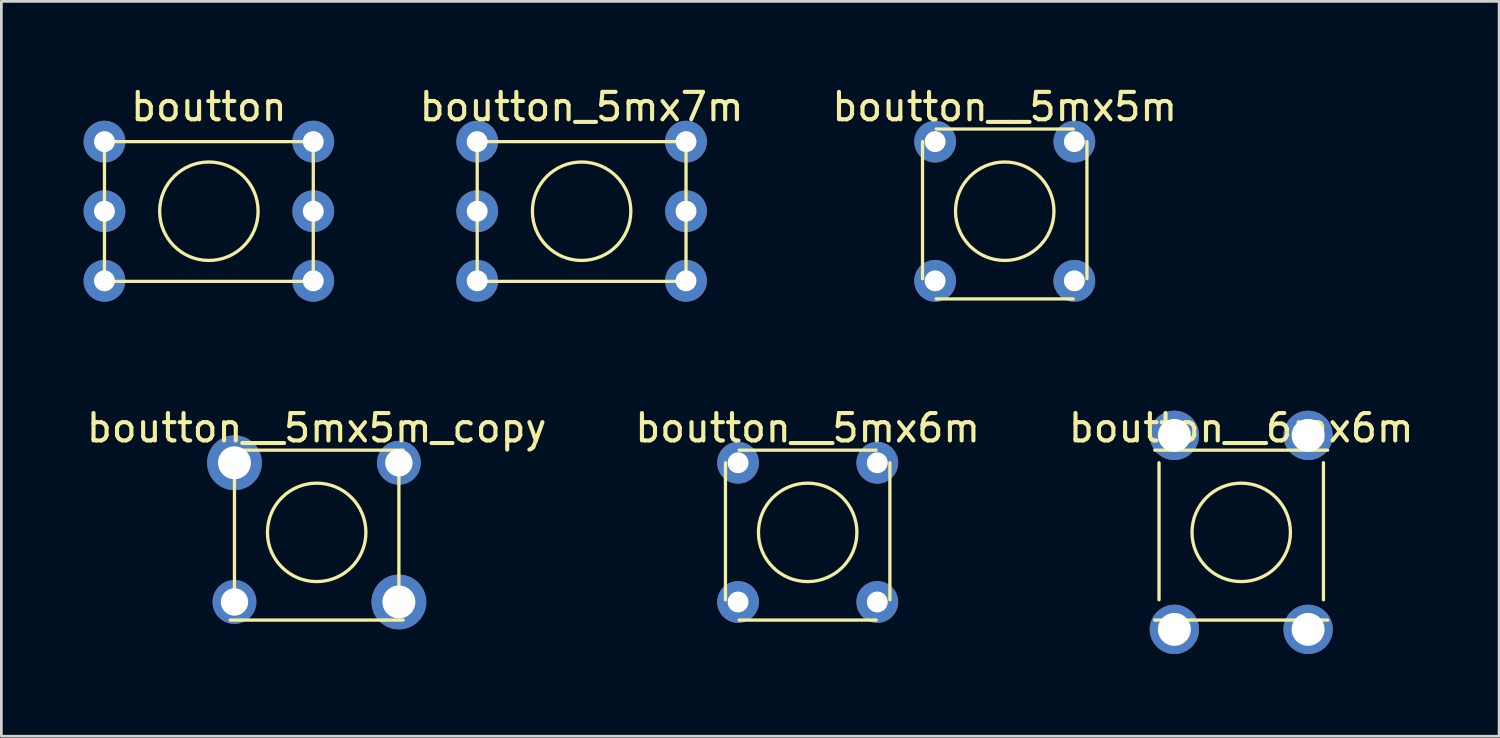
<source format=kicad_pcb>
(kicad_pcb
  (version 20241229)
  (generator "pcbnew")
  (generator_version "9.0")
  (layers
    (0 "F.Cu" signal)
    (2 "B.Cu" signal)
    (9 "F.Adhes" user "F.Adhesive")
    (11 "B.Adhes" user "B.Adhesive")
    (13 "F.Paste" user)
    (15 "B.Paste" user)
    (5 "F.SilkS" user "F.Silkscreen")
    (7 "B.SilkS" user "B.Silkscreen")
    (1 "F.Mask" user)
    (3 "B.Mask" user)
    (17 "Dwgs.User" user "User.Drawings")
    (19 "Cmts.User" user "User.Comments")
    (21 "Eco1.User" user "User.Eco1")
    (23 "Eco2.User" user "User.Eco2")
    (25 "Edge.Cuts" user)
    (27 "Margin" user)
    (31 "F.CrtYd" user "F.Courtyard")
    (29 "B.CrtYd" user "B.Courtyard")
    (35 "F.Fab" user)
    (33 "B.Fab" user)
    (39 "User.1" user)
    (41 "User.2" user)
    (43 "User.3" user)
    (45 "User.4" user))
  (footprint "boutton__6mx6m"
    (layer "F.Cu")
    (at 42.244 16.377)
    (property "Reference" "boutton__6mx6m" (at 0 -3.81 0) (layer "F.SilkS") (effects (font (size 1 1) (thickness 0.15))))
    (attr through_hole)
    (fp_line (start -3.155 -3) (end 3.155 -3) (stroke (width 0.12) (type solid)) (layer "F.SilkS"))
    (fp_line (start -3.155 3.2) (end 3.155 3.2) (stroke (width 0.12) (type solid)) (layer "F.SilkS"))
    (fp_line (start -3 2.46) (end -3 -2.54) (stroke (width 0.12) (type solid)) (layer "F.SilkS"))
    (fp_line (start 3 -2.54) (end 3 2.46) (stroke (width 0.12) (type solid)) (layer "F.SilkS"))
    (fp_circle (center 0 0) (end 1.796 0) (stroke (width 0.12) (type solid)) (fill no) (layer "F.SilkS"))
    (pad "1" thru_hole circle (at -2.44 -3.54) (size 1.8 1.8) (drill 1.2) (layers "*.Cu" "*.Mask"))
    (pad "1" thru_hole circle (at -2.44 3.54) (size 1.8 1.8) (drill 1.2) (layers "*.Cu" "*.Mask"))
    (pad "2" thru_hole circle (at 2.44 -3.54) (size 1.8 1.8) (drill 1.2) (layers "*.Cu" "*.Mask"))
    (pad "2" thru_hole circle (at 2.44 3.54) (size 1.8 1.8) (drill 1.2) (layers "*.Cu" "*.Mask")))
  (footprint "boutton__5mx6m"
    (layer "F.Cu")
    (at 26.423 16.377)
    (property "Reference" "boutton__5mx6m" (at 0 -3.81 0) (layer "F.SilkS") (effects (font (size 1 1) (thickness 0.15))))
    (attr through_hole)
    (fp_line (start -3 2.46) (end -3 -2.54) (stroke (width 0.12) (type solid)) (layer "F.SilkS"))
    (fp_line (start -2.5 -3) (end 2.5 -3) (stroke (width 0.12) (type solid)) (layer "F.SilkS"))
    (fp_line (start -2.5 3.2) (end 2.5 3.2) (stroke (width 0.12) (type solid)) (layer "F.SilkS"))
    (fp_line (start 3 -2.54) (end 3 2.46) (stroke (width 0.12) (type solid)) (layer "F.SilkS"))
    (fp_circle (center 0 0) (end -1.27 -1.27) (stroke (width 0.12) (type solid)) (fill no) (layer "F.SilkS"))
    (pad "1" thru_hole circle (at 2.54 -2.54) (size 1.524 1.524) (drill 0.762) (layers "*.Cu" "*.Mask"))
    (pad "1" thru_hole circle (at 2.54 2.54) (size 1.524 1.524) (drill 0.762) (layers "*.Cu" "*.Mask"))
    (pad "2" thru_hole circle (at -2.54 -2.54) (size 1.524 1.524) (drill 0.762) (layers "*.Cu" "*.Mask"))
    (pad "2" thru_hole circle (at -2.54 2.54) (size 1.524 1.524) (drill 0.762) (layers "*.Cu" "*.Mask")))
  (footprint "boutton"
    (layer "F.Cu")
    (at 0.762 8.468)
    (property "Reference" "boutton" (at 3.81 -7.62 0) (layer "F.SilkS") (effects (font (size 1 1) (thickness 0.15))))
    (attr through_hole)
    (fp_line (start 0 -6.35) (end 7.62 -6.35) (stroke (width 0.12) (type solid)) (layer "F.SilkS"))
    (fp_line (start 0 -1.35) (end 0 -6.35) (stroke (width 0.12) (type solid)) (layer "F.SilkS"))
    (fp_line (start 7.62 -6.35) (end 7.62 -1.35) (stroke (width 0.12) (type solid)) (layer "F.SilkS"))
    (fp_line (start 7.62 -1.25) (end 0 -1.25) (stroke (width 0.12) (type solid)) (layer "F.SilkS"))
    (fp_circle (center 3.81 -3.81) (end 2.54 -5.08) (stroke (width 0.12) (type solid)) (fill no) (layer "F.SilkS"))
    (pad "1" thru_hole circle (at 7.62 -6.35) (size 1.524 1.524) (drill 0.762) (layers "*.Cu" "*.Mask"))
    (pad "1" thru_hole circle (at 7.62 -1.27) (size 1.524 1.524) (drill 0.762) (layers "*.Cu" "*.Mask"))
    (pad "2" thru_hole circle (at 0 -6.35) (size 1.524 1.524) (drill 0.762) (layers "*.Cu" "*.Mask"))
    (pad "2" thru_hole circle (at 0 -1.27) (size 1.524 1.524) (drill 0.762) (layers "*.Cu" "*.Mask"))
    (pad "3" thru_hole circle (at 0 -3.81) (size 1.524 1.524) (drill 0.762) (layers "*.Cu" "*.Mask"))
    (pad "3" thru_hole circle (at 7.62 -3.81) (size 1.524 1.524) (drill 0.762) (layers "*.Cu" "*.Mask")))
  (footprint "boutton_5mx7m"
    (layer "F.Cu")
    (at 18.174 4.658)
    (property "Reference" "boutton_5mx7m" (at 0 -3.81 0) (layer "F.SilkS") (effects (font (size 1 1) (thickness 0.15))))
    (attr through_hole)
    (fp_line (start -3.81 -2.54) (end 3.81 -2.54) (stroke (width 0.12) (type solid)) (layer "F.SilkS"))
    (fp_line (start -3.81 2.46) (end -3.81 -2.54) (stroke (width 0.12) (type solid)) (layer "F.SilkS"))
    (fp_line (start 3.81 -2.54) (end 3.81 2.46) (stroke (width 0.12) (type solid)) (layer "F.SilkS"))
    (fp_line (start 3.81 2.56) (end -3.81 2.56) (stroke (width 0.12) (type solid)) (layer "F.SilkS"))
    (fp_circle (center 0 0) (end -1.27 -1.27) (stroke (width 0.12) (type solid)) (fill no) (layer "F.SilkS"))
    (pad "1" thru_hole circle (at 3.81 -2.54) (size 1.524 1.524) (drill 0.762) (layers "*.Cu" "*.Mask"))
    (pad "1" thru_hole circle (at 3.81 2.54) (size 1.524 1.524) (drill 0.762) (layers "*.Cu" "*.Mask"))
    (pad "2" thru_hole circle (at -3.81 -2.54) (size 1.524 1.524) (drill 0.762) (layers "*.Cu" "*.Mask"))
    (pad "2" thru_hole circle (at -3.81 2.54) (size 1.524 1.524) (drill 0.762) (layers "*.Cu" "*.Mask"))
    (pad "3" thru_hole circle (at -3.81 0) (size 1.524 1.524) (drill 0.762) (layers "*.Cu" "*.Mask"))
    (pad "3" thru_hole circle (at 3.81 0) (size 1.524 1.524) (drill 0.762) (layers "*.Cu" "*.Mask")))
  (footprint "boutton__5mx5m"
    (layer "F.Cu")
    (at 33.614 4.658)
    (property "Reference" "boutton__5mx5m" (at 0 -3.81 0) (layer "F.SilkS") (effects (font (size 1 1) (thickness 0.15))))
    (attr through_hole)
    (fp_line (start -3 2.46) (end -3 -2.54) (stroke (width 0.12) (type solid)) (layer "F.SilkS"))
    (fp_line (start -2.5 -3) (end 2.5 -3) (stroke (width 0.12) (type solid)) (layer "F.SilkS"))
    (fp_line (start -2.5 3.2) (end 2.5 3.2) (stroke (width 0.12) (type solid)) (layer "F.SilkS"))
    (fp_line (start 3 -2.54) (end 3 2.46) (stroke (width 0.12) (type solid)) (layer "F.SilkS"))
    (fp_circle (center 0 0) (end -1.27 -1.27) (stroke (width 0.12) (type solid)) (fill no) (layer "F.SilkS"))
    (pad "1" thru_hole circle (at -2.54 -2.54) (size 1.524 1.524) (drill 0.762) (layers "*.Cu" "*.Mask"))
    (pad "2" thru_hole circle (at 2.54 2.54) (size 1.524 1.524) (drill 0.762) (layers "*.Cu" "*.Mask"))
    (pad "3" thru_hole circle (at -2.54 2.54) (size 1.524 1.524) (drill 0.762) (layers "*.Cu" "*.Mask"))
    (pad "3" thru_hole circle (at 2.54 -2.54) (size 1.524 1.524) (drill 0.762) (layers "*.Cu" "*.Mask")))
  (footprint "boutton__5mx5m_copy"
    (layer "F.Cu")
    (at 8.506 16.377)
    (property "Reference" "boutton__5mx5m_copy" (at 0 -3.81 0) (layer "F.SilkS") (effects (font (size 1 1) (thickness 0.15))))
    (attr through_hole)
    (fp_line (start -3.155 -3) (end 3.155 -3) (stroke (width 0.12) (type solid)) (layer "F.SilkS"))
    (fp_line (start -3.155 3.2) (end 3.155 3.2) (stroke (width 0.12) (type solid)) (layer "F.SilkS"))
    (fp_line (start -3 2.46) (end -3 -2.54) (stroke (width 0.12) (type solid)) (layer "F.SilkS"))
    (fp_line (start 3 -2.54) (end 3 2.46) (stroke (width 0.12) (type solid)) (layer "F.SilkS"))
    (fp_circle (center 0 0) (end 1.796 0) (stroke (width 0.12) (type solid)) (fill no) (layer "F.SilkS"))
    (pad "1" thru_hole circle (at -3 -2.54) (size 2 2) (drill 1.2) (layers "*.Cu" "*.Mask"))
    (pad "2" thru_hole circle (at 3 2.54) (size 2 2) (drill 1.2) (layers "*.Cu" "*.Mask"))
    (pad "3" thru_hole circle (at -3 2.54) (size 1.6 1.6) (drill 1) (layers "*.Cu" "*.Mask"))
    (pad "3" thru_hole circle (at 3 -2.54) (size 1.6 1.6) (drill 1) (layers "*.Cu" "*.Mask")))
  (gr_rect
    (start -3 -3)
    (end 51.655 23.817)
    (stroke (width 0.1) (type default))
    (fill no)
    (layer "Edge.Cuts")))
</source>
